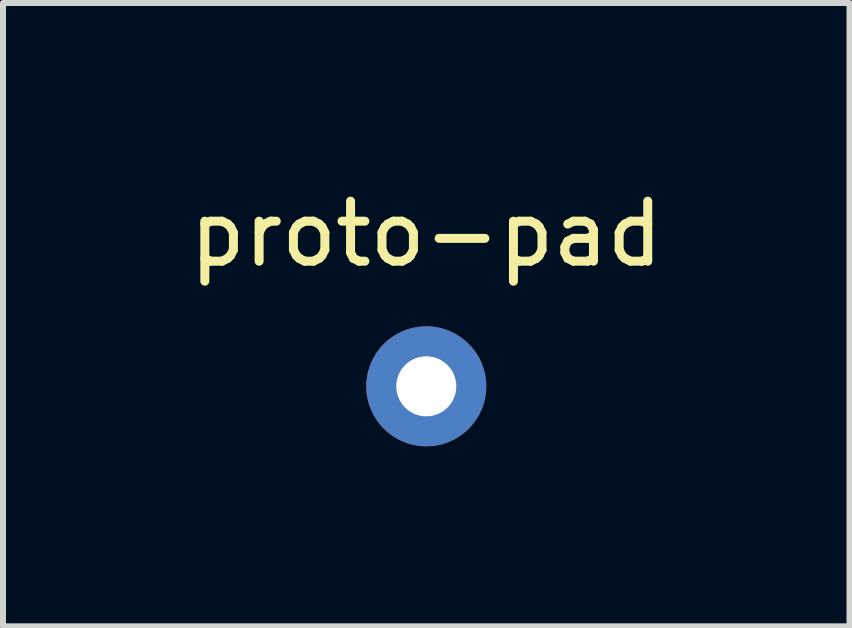
<source format=kicad_pcb>
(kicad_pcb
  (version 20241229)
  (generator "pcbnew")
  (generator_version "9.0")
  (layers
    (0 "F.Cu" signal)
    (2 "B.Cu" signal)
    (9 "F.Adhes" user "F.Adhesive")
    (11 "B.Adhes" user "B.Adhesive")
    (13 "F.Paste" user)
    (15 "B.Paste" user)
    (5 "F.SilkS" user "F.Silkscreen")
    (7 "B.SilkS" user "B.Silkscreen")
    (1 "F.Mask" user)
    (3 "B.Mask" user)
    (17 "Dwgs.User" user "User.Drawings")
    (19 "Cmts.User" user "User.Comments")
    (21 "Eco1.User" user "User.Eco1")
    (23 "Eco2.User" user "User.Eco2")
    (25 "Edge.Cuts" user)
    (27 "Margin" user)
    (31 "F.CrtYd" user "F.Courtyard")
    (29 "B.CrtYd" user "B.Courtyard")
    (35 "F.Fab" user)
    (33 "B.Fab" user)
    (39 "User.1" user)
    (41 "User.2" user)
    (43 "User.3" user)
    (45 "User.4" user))
  (footprint "proto-pad"
    (layer "F.Cu")
    (at 4.054 3.388)
    (property "Reference" "proto-pad" (at 0 -2.54 0) (unlocked yes) (layer "F.SilkS") (effects (font (size 1 1) (thickness 0.15))))
    (attr through_hole)
    (pad "" thru_hole circle (at 0 0) (size 2 2) (drill 1) (layers "*.Cu" "F.Mask")))
  (gr_rect
    (start -3 -3)
    (end 11.107 7.388)
    (stroke (width 0.1) (type default))
    (fill no)
    (layer "Edge.Cuts")))
</source>
